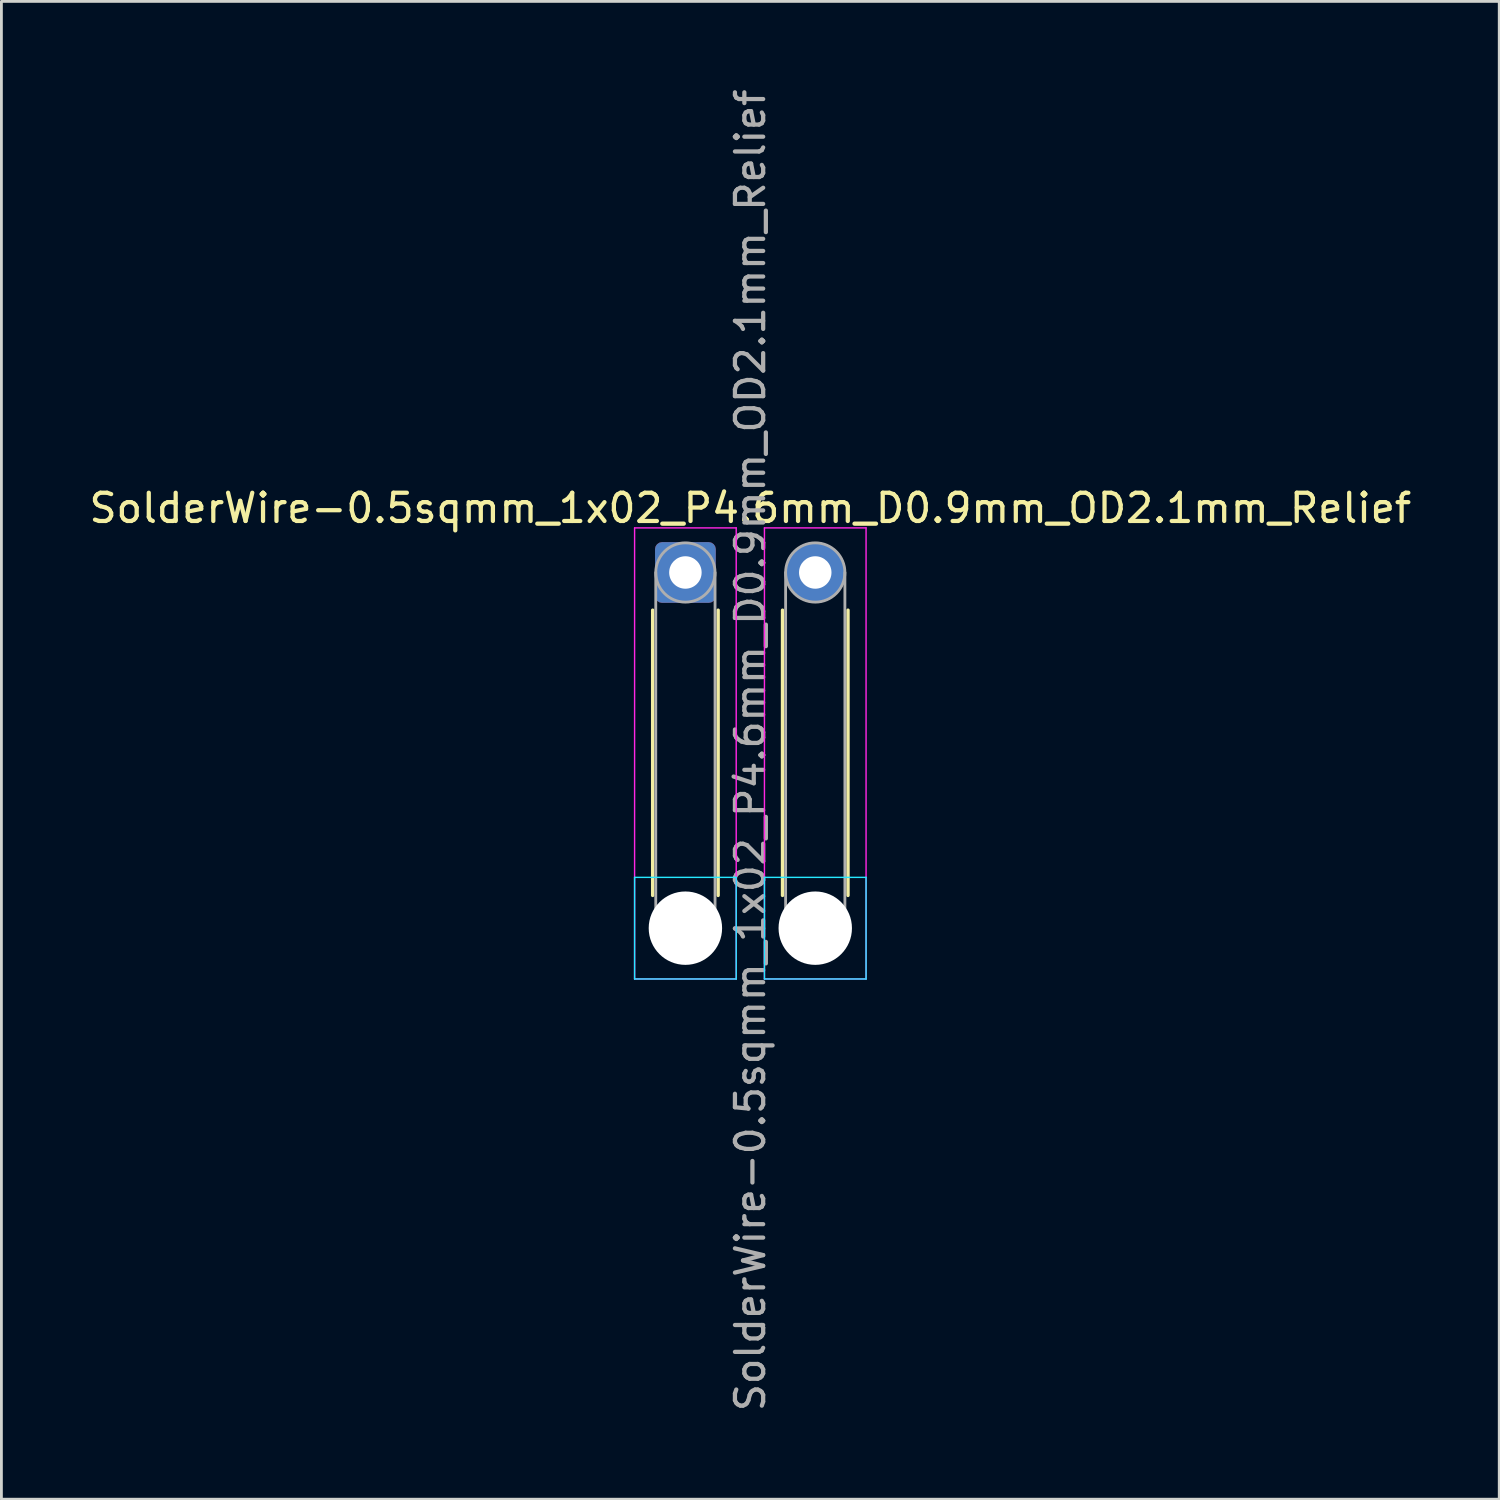
<source format=kicad_pcb>
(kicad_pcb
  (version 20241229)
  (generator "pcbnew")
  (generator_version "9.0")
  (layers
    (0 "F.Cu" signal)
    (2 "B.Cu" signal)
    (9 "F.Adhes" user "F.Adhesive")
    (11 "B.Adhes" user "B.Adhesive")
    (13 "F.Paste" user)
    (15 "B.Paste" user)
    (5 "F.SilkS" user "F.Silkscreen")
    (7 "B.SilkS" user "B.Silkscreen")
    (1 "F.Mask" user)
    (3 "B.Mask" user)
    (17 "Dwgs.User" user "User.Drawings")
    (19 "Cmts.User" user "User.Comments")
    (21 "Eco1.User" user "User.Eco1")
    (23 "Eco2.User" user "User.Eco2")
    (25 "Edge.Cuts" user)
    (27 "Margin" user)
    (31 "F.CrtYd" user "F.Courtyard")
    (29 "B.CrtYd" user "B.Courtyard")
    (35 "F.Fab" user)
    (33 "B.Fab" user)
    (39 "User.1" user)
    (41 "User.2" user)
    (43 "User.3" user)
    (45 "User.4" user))
  (footprint "SolderWire-0.5sqmm_1x02_P4.6mm_D0.9mm_OD2.1mm_Relief"
    (layer "F.Cu")
    (at 21.23 17.23)
    (property "Reference" "SolderWire-0.5sqmm_1x02_P4.6mm_D0.9mm_OD2.1mm_Relief" (at 2.3 -2.28 0) (layer "F.SilkS") (effects (font (size 1 1) (thickness 0.15))))
    (attr exclude_from_pos_files exclude_from_bom)
    (fp_line (start -1.16 1.335) (end -1.16 11.44) (stroke (width 0.12) (type solid)) (layer "F.SilkS"))
    (fp_line (start 1.16 1.335) (end 1.16 11.44) (stroke (width 0.12) (type solid)) (layer "F.SilkS"))
    (fp_line (start 3.44 1.335) (end 3.44 11.44) (stroke (width 0.12) (type solid)) (layer "F.SilkS"))
    (fp_line (start 5.76 1.335) (end 5.76 11.44) (stroke (width 0.12) (type solid)) (layer "F.SilkS"))
    (fp_line (start -1.8 10.8) (end -1.8 14.4) (stroke (width 0.05) (type solid)) (layer "B.CrtYd"))
    (fp_line (start -1.8 14.4) (end 1.8 14.4) (stroke (width 0.05) (type solid)) (layer "B.CrtYd"))
    (fp_line (start 1.8 10.8) (end -1.8 10.8) (stroke (width 0.05) (type solid)) (layer "B.CrtYd"))
    (fp_line (start 1.8 14.4) (end 1.8 10.8) (stroke (width 0.05) (type solid)) (layer "B.CrtYd"))
    (fp_line (start 2.8 10.8) (end 2.8 14.4) (stroke (width 0.05) (type solid)) (layer "B.CrtYd"))
    (fp_line (start 2.8 14.4) (end 6.4 14.4) (stroke (width 0.05) (type solid)) (layer "B.CrtYd"))
    (fp_line (start 6.4 10.8) (end 2.8 10.8) (stroke (width 0.05) (type solid)) (layer "B.CrtYd"))
    (fp_line (start 6.4 14.4) (end 6.4 10.8) (stroke (width 0.05) (type solid)) (layer "B.CrtYd"))
    (fp_line (start -1.8 -1.58) (end -1.8 14.4) (stroke (width 0.05) (type solid)) (layer "F.CrtYd"))
    (fp_line (start -1.8 14.4) (end 1.8 14.4) (stroke (width 0.05) (type solid)) (layer "F.CrtYd"))
    (fp_line (start 1.8 -1.58) (end -1.8 -1.58) (stroke (width 0.05) (type solid)) (layer "F.CrtYd"))
    (fp_line (start 1.8 14.4) (end 1.8 -1.58) (stroke (width 0.05) (type solid)) (layer "F.CrtYd"))
    (fp_line (start 2.8 -1.58) (end 2.8 14.4) (stroke (width 0.05) (type solid)) (layer "F.CrtYd"))
    (fp_line (start 2.8 14.4) (end 6.4 14.4) (stroke (width 0.05) (type solid)) (layer "F.CrtYd"))
    (fp_line (start 6.4 -1.58) (end 2.8 -1.58) (stroke (width 0.05) (type solid)) (layer "F.CrtYd"))
    (fp_line (start 6.4 14.4) (end 6.4 -1.58) (stroke (width 0.05) (type solid)) (layer "F.CrtYd"))
    (fp_line (start -1.05 0) (end -1.05 12.6) (stroke (width 0.1) (type solid)) (layer "F.Fab"))
    (fp_line (start 1.05 0) (end 1.05 12.6) (stroke (width 0.1) (type solid)) (layer "F.Fab"))
    (fp_line (start 3.55 0) (end 3.55 12.6) (stroke (width 0.1) (type solid)) (layer "F.Fab"))
    (fp_line (start 5.65 0) (end 5.65 12.6) (stroke (width 0.1) (type solid)) (layer "F.Fab"))
    (fp_circle (center 0 0) (end 1.05 0) (stroke (width 0.1) (type solid)) (fill no) (layer "F.Fab"))
    (fp_circle (center 0 12.6) (end 1.05 12.6) (stroke (width 0.1) (type solid)) (fill no) (layer "F.Fab"))
    (fp_circle (center 4.6 0) (end 5.65 0) (stroke (width 0.1) (type solid)) (fill no) (layer "F.Fab"))
    (fp_circle (center 4.6 12.6) (end 5.65 12.6) (stroke (width 0.1) (type solid)) (fill no) (layer "F.Fab"))
    (fp_text user "${REFERENCE}" (at 2.3 6.3 90) (layer "F.Fab") (effects (font (size 1 1) (thickness 0.15))))
    (pad "" np_thru_hole circle (at 0 12.6) (size 2.6 2.6) (drill 2.6) (layers "*.Cu" "*.Mask"))
    (pad "" np_thru_hole circle (at 4.6 12.6) (size 2.6 2.6) (drill 2.6) (layers "*.Cu" "*.Mask"))
    (pad "1" thru_hole roundrect (at 0 0) (size 2.15 2.15) (drill 1.15) (layers "*.Cu" "*.Mask") (roundrect_rratio 0.116))
    (pad "2" thru_hole circle (at 4.6 0) (size 2.15 2.15) (drill 1.15) (layers "*.Cu" "*.Mask")))
  (gr_rect
    (start -3 -3)
    (end 50.06 50.06)
    (stroke (width 0.1) (type default))
    (fill no)
    (layer "Edge.Cuts")))
</source>
